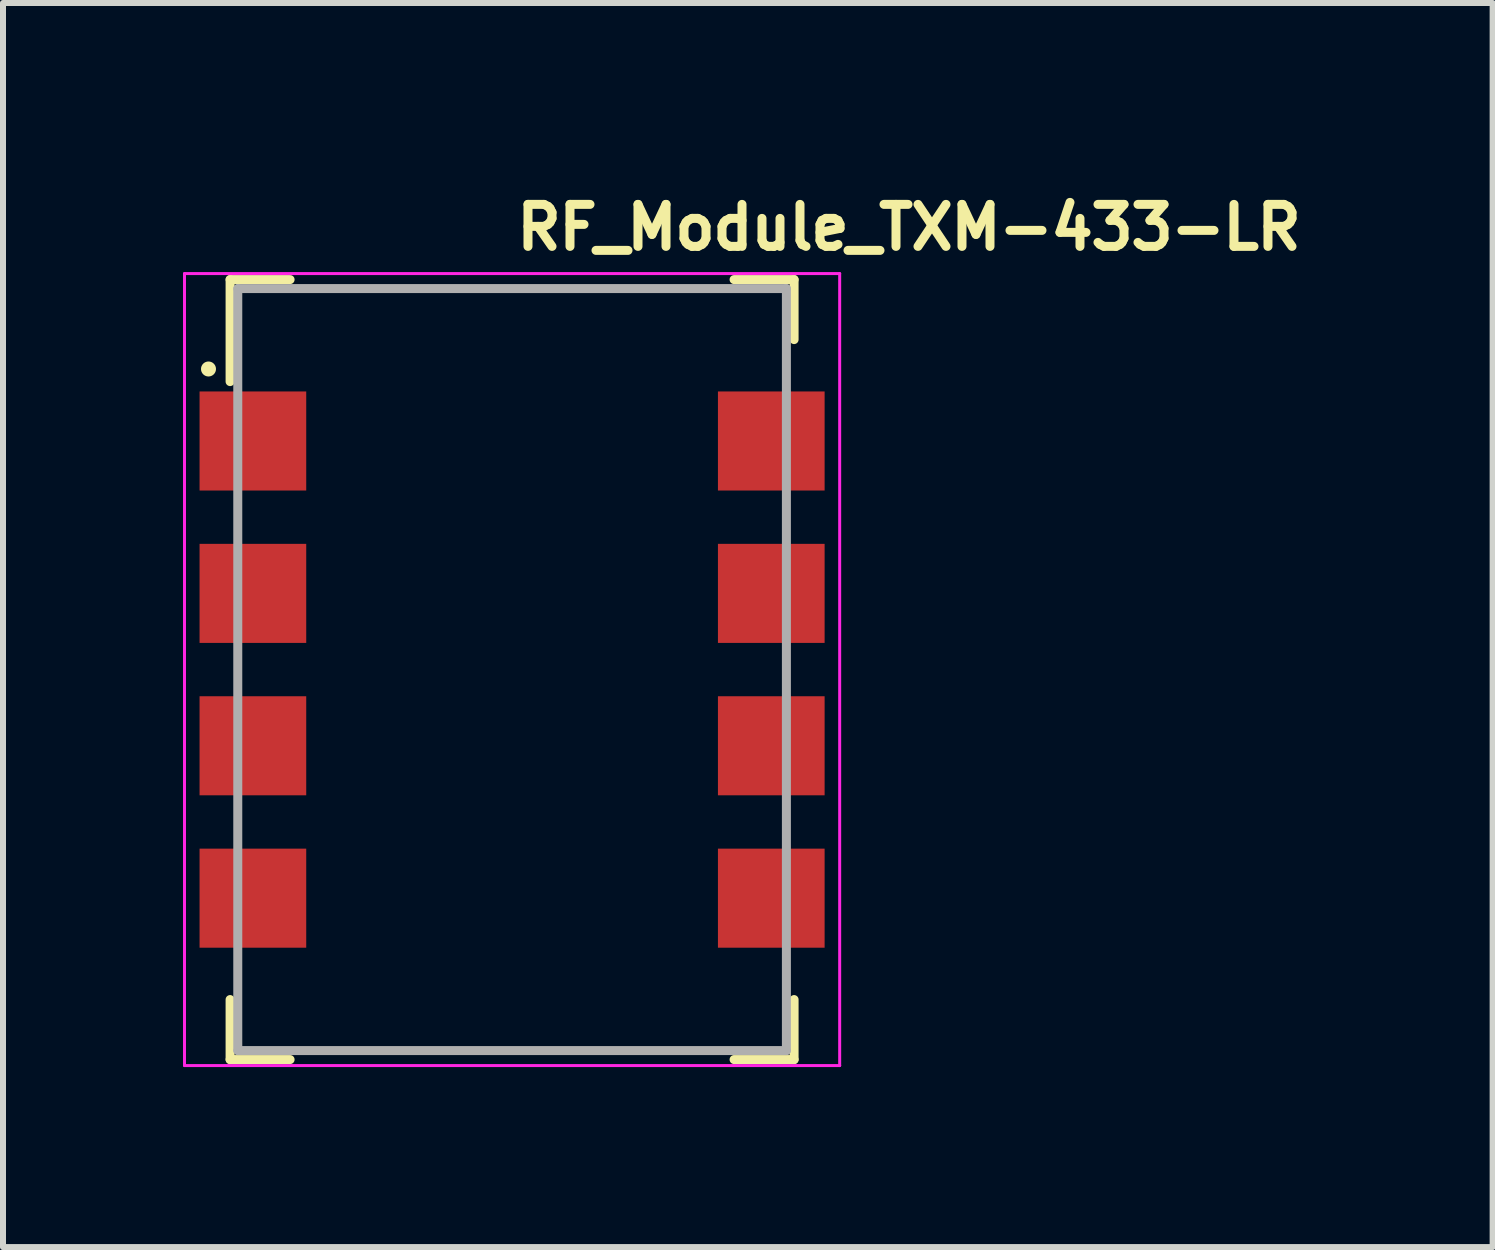
<source format=kicad_pcb>
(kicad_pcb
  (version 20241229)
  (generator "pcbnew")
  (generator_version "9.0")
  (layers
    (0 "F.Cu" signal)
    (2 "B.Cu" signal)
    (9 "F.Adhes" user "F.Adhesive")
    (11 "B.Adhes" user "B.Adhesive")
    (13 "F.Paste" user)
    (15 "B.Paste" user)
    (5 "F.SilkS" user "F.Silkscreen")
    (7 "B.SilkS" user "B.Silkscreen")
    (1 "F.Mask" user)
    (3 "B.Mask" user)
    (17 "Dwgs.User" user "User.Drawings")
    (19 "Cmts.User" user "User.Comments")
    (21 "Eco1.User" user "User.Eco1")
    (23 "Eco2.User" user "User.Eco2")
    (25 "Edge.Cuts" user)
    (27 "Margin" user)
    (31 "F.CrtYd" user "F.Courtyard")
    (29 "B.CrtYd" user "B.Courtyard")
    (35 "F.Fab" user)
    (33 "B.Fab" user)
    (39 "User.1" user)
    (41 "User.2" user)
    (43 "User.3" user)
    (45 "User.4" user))
  (footprint "RF_Module_TXM-433-LR"
    (layer "F.Cu")
    (at 5.485 8.11)
    (property "Reference" "RF_Module_TXM-433-LR" (at 0 -6.96 0) (layer "F.SilkS") (effects (font (size 0.7 0.7) (thickness 0.15)) (justify left bottom)))
    (attr smd)
    (fp_line (start -4.7 -6.5) (end -4.7 -4.8) (stroke (width 0.15) (type solid)) (layer "F.SilkS"))
    (fp_line (start -4.7 -6.5) (end -3.7 -6.5) (stroke (width 0.15) (type solid)) (layer "F.SilkS"))
    (fp_line (start -4.7 6.5) (end -4.7 5.5) (stroke (width 0.15) (type solid)) (layer "F.SilkS"))
    (fp_line (start -4.7 6.5) (end -3.7 6.5) (stroke (width 0.15) (type solid)) (layer "F.SilkS"))
    (fp_line (start 4.7 -6.5) (end 3.7 -6.5) (stroke (width 0.15) (type solid)) (layer "F.SilkS"))
    (fp_line (start 4.7 -6.5) (end 4.7 -5.5) (stroke (width 0.15) (type solid)) (layer "F.SilkS"))
    (fp_line (start 4.7 6.5) (end 3.7 6.5) (stroke (width 0.15) (type solid)) (layer "F.SilkS"))
    (fp_line (start 4.7 6.5) (end 4.7 5.5) (stroke (width 0.15) (type solid)) (layer "F.SilkS"))
    (fp_circle (center -5.06 -5.01) (end -5.01 -5.01) (stroke (width 0.15) (type solid)) (fill yes) (layer "F.SilkS"))
    (fp_line (start -5.46 -6.6) (end 5.46 -6.6) (stroke (width 0.05) (type solid)) (layer "F.CrtYd"))
    (fp_line (start -5.46 6.6) (end -5.46 -6.6) (stroke (width 0.05) (type solid)) (layer "F.CrtYd"))
    (fp_line (start -5.46 6.6) (end 5.46 6.6) (stroke (width 0.05) (type solid)) (layer "F.CrtYd"))
    (fp_line (start 5.46 6.6) (end 5.46 -6.6) (stroke (width 0.05) (type solid)) (layer "F.CrtYd"))
    (fp_line (start -4.572 -6.35) (end -4.572 6.35) (stroke (width 0.15) (type solid)) (layer "F.Fab"))
    (fp_line (start -4.57 6.35) (end 4.57 6.35) (stroke (width 0.15) (type solid)) (layer "F.Fab"))
    (fp_line (start 4.57 -6.35) (end -4.57 -6.35) (stroke (width 0.15) (type solid)) (layer "F.Fab"))
    (fp_line (start 4.572 -6.35) (end 4.572 6.35) (stroke (width 0.15) (type solid)) (layer "F.Fab"))
    (fp_line (start -4.58 -4.41) (end -4.58 -4.214) (stroke (width 0.1) (type solid)) (layer "User.9"))
    (fp_line (start -4.58 -3.406) (end -4.58 -3.21) (stroke (width 0.1) (type solid)) (layer "User.9"))
    (fp_line (start -4.58 -3.406) (end -4.525 -3.41) (stroke (width 0.1) (type solid)) (layer "User.9"))
    (fp_line (start -4.58 -3.21) (end -4 -3.21) (stroke (width 0.1) (type solid)) (layer "User.9"))
    (fp_line (start -4.58 -1.87) (end -4.58 -1.674) (stroke (width 0.1) (type solid)) (layer "User.9"))
    (fp_line (start -4.58 -0.866) (end -4.58 -0.67) (stroke (width 0.1) (type solid)) (layer "User.9"))
    (fp_line (start -4.58 -0.866) (end -4.525 -0.87) (stroke (width 0.1) (type solid)) (layer "User.9"))
    (fp_line (start -4.58 -0.67) (end -4 -0.67) (stroke (width 0.1) (type solid)) (layer "User.9"))
    (fp_line (start -4.58 0.67) (end -4.58 0.866) (stroke (width 0.1) (type solid)) (layer "User.9"))
    (fp_line (start -4.58 1.674) (end -4.58 1.87) (stroke (width 0.1) (type solid)) (layer "User.9"))
    (fp_line (start -4.58 1.674) (end -4.525 1.67) (stroke (width 0.1) (type solid)) (layer "User.9"))
    (fp_line (start -4.58 1.87) (end -4 1.87) (stroke (width 0.1) (type solid)) (layer "User.9"))
    (fp_line (start -4.58 3.21) (end -4.58 3.406) (stroke (width 0.1) (type solid)) (layer "User.9"))
    (fp_line (start -4.58 4.214) (end -4.58 4.41) (stroke (width 0.1) (type solid)) (layer "User.9"))
    (fp_line (start -4.58 4.214) (end -4.525 4.21) (stroke (width 0.1) (type solid)) (layer "User.9"))
    (fp_line (start -4.58 4.41) (end -4 4.41) (stroke (width 0.1) (type solid)) (layer "User.9"))
    (fp_line (start -4.57 -6.35) (end -4.57 -4.41) (stroke (width 0.1) (type solid)) (layer "User.9"))
    (fp_line (start -4.57 -3.21) (end -4.57 -1.87) (stroke (width 0.1) (type solid)) (layer "User.9"))
    (fp_line (start -4.57 -0.67) (end -4.57 0.67) (stroke (width 0.1) (type solid)) (layer "User.9"))
    (fp_line (start -4.57 1.87) (end -4.57 3.21) (stroke (width 0.1) (type solid)) (layer "User.9"))
    (fp_line (start -4.57 4.41) (end -4.57 6.35) (stroke (width 0.1) (type solid)) (layer "User.9"))
    (fp_line (start -4.57 6.35) (end 4.57 6.35) (stroke (width 0.1) (type solid)) (layer "User.9"))
    (fp_line (start -4.525 -4.21) (end -4.58 -4.214) (stroke (width 0.1) (type solid)) (layer "User.9"))
    (fp_line (start -4.525 -3.41) (end -4.471 -3.421) (stroke (width 0.1) (type solid)) (layer "User.9"))
    (fp_line (start -4.525 -1.67) (end -4.58 -1.674) (stroke (width 0.1) (type solid)) (layer "User.9"))
    (fp_line (start -4.525 -0.87) (end -4.471 -0.881) (stroke (width 0.1) (type solid)) (layer "User.9"))
    (fp_line (start -4.525 0.87) (end -4.58 0.866) (stroke (width 0.1) (type solid)) (layer "User.9"))
    (fp_line (start -4.525 1.67) (end -4.471 1.659) (stroke (width 0.1) (type solid)) (layer "User.9"))
    (fp_line (start -4.525 3.41) (end -4.58 3.406) (stroke (width 0.1) (type solid)) (layer "User.9"))
    (fp_line (start -4.525 4.21) (end -4.471 4.199) (stroke (width 0.1) (type solid)) (layer "User.9"))
    (fp_line (start -4.471 -4.199) (end -4.525 -4.21) (stroke (width 0.1) (type solid)) (layer "User.9"))
    (fp_line (start -4.471 -3.421) (end -4.419 -3.439) (stroke (width 0.1) (type solid)) (layer "User.9"))
    (fp_line (start -4.471 -1.659) (end -4.525 -1.67) (stroke (width 0.1) (type solid)) (layer "User.9"))
    (fp_line (start -4.471 -0.881) (end -4.419 -0.899) (stroke (width 0.1) (type solid)) (layer "User.9"))
    (fp_line (start -4.471 0.881) (end -4.525 0.87) (stroke (width 0.1) (type solid)) (layer "User.9"))
    (fp_line (start -4.471 1.659) (end -4.419 1.641) (stroke (width 0.1) (type solid)) (layer "User.9"))
    (fp_line (start -4.471 3.421) (end -4.525 3.41) (stroke (width 0.1) (type solid)) (layer "User.9"))
    (fp_line (start -4.471 4.199) (end -4.419 4.181) (stroke (width 0.1) (type solid)) (layer "User.9"))
    (fp_line (start -4.419 -4.181) (end -4.471 -4.199) (stroke (width 0.1) (type solid)) (layer "User.9"))
    (fp_line (start -4.419 -3.439) (end -4.37 -3.465) (stroke (width 0.1) (type solid)) (layer "User.9"))
    (fp_line (start -4.419 -1.641) (end -4.471 -1.659) (stroke (width 0.1) (type solid)) (layer "User.9"))
    (fp_line (start -4.419 -0.899) (end -4.37 -0.925) (stroke (width 0.1) (type solid)) (layer "User.9"))
    (fp_line (start -4.419 0.899) (end -4.471 0.881) (stroke (width 0.1) (type solid)) (layer "User.9"))
    (fp_line (start -4.419 1.641) (end -4.37 1.615) (stroke (width 0.1) (type solid)) (layer "User.9"))
    (fp_line (start -4.419 3.439) (end -4.471 3.421) (stroke (width 0.1) (type solid)) (layer "User.9"))
    (fp_line (start -4.419 4.181) (end -4.37 4.155) (stroke (width 0.1) (type solid)) (layer "User.9"))
    (fp_line (start -4.37 -4.155) (end -4.419 -4.181) (stroke (width 0.1) (type solid)) (layer "User.9"))
    (fp_line (start -4.37 -3.465) (end -4.325 -3.497) (stroke (width 0.1) (type solid)) (layer "User.9"))
    (fp_line (start -4.37 -1.615) (end -4.419 -1.641) (stroke (width 0.1) (type solid)) (layer "User.9"))
    (fp_line (start -4.37 -0.925) (end -4.325 -0.957) (stroke (width 0.1) (type solid)) (layer "User.9"))
    (fp_line (start -4.37 0.925) (end -4.419 0.899) (stroke (width 0.1) (type solid)) (layer "User.9"))
    (fp_line (start -4.37 1.615) (end -4.325 1.583) (stroke (width 0.1) (type solid)) (layer "User.9"))
    (fp_line (start -4.37 3.465) (end -4.419 3.439) (stroke (width 0.1) (type solid)) (layer "User.9"))
    (fp_line (start -4.37 4.155) (end -4.325 4.123) (stroke (width 0.1) (type solid)) (layer "User.9"))
    (fp_line (start -4.325 -4.123) (end -4.37 -4.155) (stroke (width 0.1) (type solid)) (layer "User.9"))
    (fp_line (start -4.325 -3.497) (end -4.285 -3.534) (stroke (width 0.1) (type solid)) (layer "User.9"))
    (fp_line (start -4.325 -1.583) (end -4.37 -1.615) (stroke (width 0.1) (type solid)) (layer "User.9"))
    (fp_line (start -4.325 -0.957) (end -4.285 -0.994) (stroke (width 0.1) (type solid)) (layer "User.9"))
    (fp_line (start -4.325 0.957) (end -4.37 0.925) (stroke (width 0.1) (type solid)) (layer "User.9"))
    (fp_line (start -4.325 1.583) (end -4.285 1.546) (stroke (width 0.1) (type solid)) (layer "User.9"))
    (fp_line (start -4.325 3.497) (end -4.37 3.465) (stroke (width 0.1) (type solid)) (layer "User.9"))
    (fp_line (start -4.325 4.123) (end -4.285 4.086) (stroke (width 0.1) (type solid)) (layer "User.9"))
    (fp_line (start -4.285 -4.086) (end -4.325 -4.123) (stroke (width 0.1) (type solid)) (layer "User.9"))
    (fp_line (start -4.285 -3.534) (end -4.25 -3.577) (stroke (width 0.1) (type solid)) (layer "User.9"))
    (fp_line (start -4.285 -1.546) (end -4.325 -1.583) (stroke (width 0.1) (type solid)) (layer "User.9"))
    (fp_line (start -4.285 -0.994) (end -4.25 -1.037) (stroke (width 0.1) (type solid)) (layer "User.9"))
    (fp_line (start -4.285 0.994) (end -4.325 0.957) (stroke (width 0.1) (type solid)) (layer "User.9"))
    (fp_line (start -4.285 1.546) (end -4.25 1.503) (stroke (width 0.1) (type solid)) (layer "User.9"))
    (fp_line (start -4.285 3.534) (end -4.325 3.497) (stroke (width 0.1) (type solid)) (layer "User.9"))
    (fp_line (start -4.285 4.086) (end -4.25 4.043) (stroke (width 0.1) (type solid)) (layer "User.9"))
    (fp_line (start -4.25 -4.043) (end -4.285 -4.086) (stroke (width 0.1) (type solid)) (layer "User.9"))
    (fp_line (start -4.25 -3.577) (end -4.221 -3.624) (stroke (width 0.1) (type solid)) (layer "User.9"))
    (fp_line (start -4.25 -1.503) (end -4.285 -1.546) (stroke (width 0.1) (type solid)) (layer "User.9"))
    (fp_line (start -4.25 -1.037) (end -4.221 -1.084) (stroke (width 0.1) (type solid)) (layer "User.9"))
    (fp_line (start -4.25 1.037) (end -4.285 0.994) (stroke (width 0.1) (type solid)) (layer "User.9"))
    (fp_line (start -4.25 1.503) (end -4.221 1.456) (stroke (width 0.1) (type solid)) (layer "User.9"))
    (fp_line (start -4.25 3.577) (end -4.285 3.534) (stroke (width 0.1) (type solid)) (layer "User.9"))
    (fp_line (start -4.25 4.043) (end -4.221 3.996) (stroke (width 0.1) (type solid)) (layer "User.9"))
    (fp_line (start -4.221 -3.996) (end -4.25 -4.043) (stroke (width 0.1) (type solid)) (layer "User.9"))
    (fp_line (start -4.221 -3.624) (end -4.199 -3.675) (stroke (width 0.1) (type solid)) (layer "User.9"))
    (fp_line (start -4.221 -1.456) (end -4.25 -1.503) (stroke (width 0.1) (type solid)) (layer "User.9"))
    (fp_line (start -4.221 -1.084) (end -4.199 -1.135) (stroke (width 0.1) (type solid)) (layer "User.9"))
    (fp_line (start -4.221 1.084) (end -4.25 1.037) (stroke (width 0.1) (type solid)) (layer "User.9"))
    (fp_line (start -4.221 1.456) (end -4.199 1.405) (stroke (width 0.1) (type solid)) (layer "User.9"))
    (fp_line (start -4.221 3.624) (end -4.25 3.577) (stroke (width 0.1) (type solid)) (layer "User.9"))
    (fp_line (start -4.221 3.996) (end -4.199 3.945) (stroke (width 0.1) (type solid)) (layer "User.9"))
    (fp_line (start -4.199 -3.945) (end -4.221 -3.996) (stroke (width 0.1) (type solid)) (layer "User.9"))
    (fp_line (start -4.199 -3.675) (end -4.184 -3.728) (stroke (width 0.1) (type solid)) (layer "User.9"))
    (fp_line (start -4.199 -1.405) (end -4.221 -1.456) (stroke (width 0.1) (type solid)) (layer "User.9"))
    (fp_line (start -4.199 -1.135) (end -4.184 -1.188) (stroke (width 0.1) (type solid)) (layer "User.9"))
    (fp_line (start -4.199 1.135) (end -4.221 1.084) (stroke (width 0.1) (type solid)) (layer "User.9"))
    (fp_line (start -4.199 1.405) (end -4.184 1.352) (stroke (width 0.1) (type solid)) (layer "User.9"))
    (fp_line (start -4.199 3.675) (end -4.221 3.624) (stroke (width 0.1) (type solid)) (layer "User.9"))
    (fp_line (start -4.199 3.945) (end -4.184 3.892) (stroke (width 0.1) (type solid)) (layer "User.9"))
    (fp_line (start -4.184 -3.892) (end -4.199 -3.945) (stroke (width 0.1) (type solid)) (layer "User.9"))
    (fp_line (start -4.184 -3.728) (end -4.177 -3.782) (stroke (width 0.1) (type solid)) (layer "User.9"))
    (fp_line (start -4.184 -1.352) (end -4.199 -1.405) (stroke (width 0.1) (type solid)) (layer "User.9"))
    (fp_line (start -4.184 -1.188) (end -4.177 -1.242) (stroke (width 0.1) (type solid)) (layer "User.9"))
    (fp_line (start -4.184 1.188) (end -4.199 1.135) (stroke (width 0.1) (type solid)) (layer "User.9"))
    (fp_line (start -4.184 1.352) (end -4.177 1.298) (stroke (width 0.1) (type solid)) (layer "User.9"))
    (fp_line (start -4.184 3.728) (end -4.199 3.675) (stroke (width 0.1) (type solid)) (layer "User.9"))
    (fp_line (start -4.184 3.892) (end -4.177 3.838) (stroke (width 0.1) (type solid)) (layer "User.9"))
    (fp_line (start -4.177 -3.838) (end -4.184 -3.892) (stroke (width 0.1) (type solid)) (layer "User.9"))
    (fp_line (start -4.177 -3.782) (end -4.177 -3.838) (stroke (width 0.1) (type solid)) (layer "User.9"))
    (fp_line (start -4.177 -1.298) (end -4.184 -1.352) (stroke (width 0.1) (type solid)) (layer "User.9"))
    (fp_line (start -4.177 -1.242) (end -4.177 -1.298) (stroke (width 0.1) (type solid)) (layer "User.9"))
    (fp_line (start -4.177 1.242) (end -4.184 1.188) (stroke (width 0.1) (type solid)) (layer "User.9"))
    (fp_line (start -4.177 1.298) (end -4.177 1.242) (stroke (width 0.1) (type solid)) (layer "User.9"))
    (fp_line (start -4.177 3.782) (end -4.184 3.728) (stroke (width 0.1) (type solid)) (layer "User.9"))
    (fp_line (start -4.177 3.838) (end -4.177 3.782) (stroke (width 0.1) (type solid)) (layer "User.9"))
    (fp_line (start -4 -6.15) (end 4 -6.15) (stroke (width 0.1) (type solid)) (layer "User.9"))
    (fp_line (start -4 -4.41) (end -4.58 -4.41) (stroke (width 0.1) (type solid)) (layer "User.9"))
    (fp_line (start -4 -1.87) (end -4.58 -1.87) (stroke (width 0.1) (type solid)) (layer "User.9"))
    (fp_line (start -4 0.67) (end -4.58 0.67) (stroke (width 0.1) (type solid)) (layer "User.9"))
    (fp_line (start -4 3.21) (end -4.58 3.21) (stroke (width 0.1) (type solid)) (layer "User.9"))
    (fp_line (start -4 6.15) (end -4 -6.15) (stroke (width 0.1) (type solid)) (layer "User.9"))
    (fp_line (start -4 6.15) (end 4 6.15) (stroke (width 0.1) (type solid)) (layer "User.9"))
    (fp_line (start 4 -6.15) (end 4 6.15) (stroke (width 0.1) (type solid)) (layer "User.9"))
    (fp_line (start 4 -4.41) (end 4.58 -4.41) (stroke (width 0.1) (type solid)) (layer "User.9"))
    (fp_line (start 4 -1.87) (end 4.58 -1.87) (stroke (width 0.1) (type solid)) (layer "User.9"))
    (fp_line (start 4 0.67) (end 4.58 0.67) (stroke (width 0.1) (type solid)) (layer "User.9"))
    (fp_line (start 4 3.21) (end 4.58 3.21) (stroke (width 0.1) (type solid)) (layer "User.9"))
    (fp_line (start 4 6.15) (end -4 6.15) (stroke (width 0.1) (type solid)) (layer "User.9"))
    (fp_line (start 4.176 -3.81) (end 4.179 -3.863) (stroke (width 0.1) (type solid)) (layer "User.9"))
    (fp_line (start 4.176 -1.27) (end 4.179 -1.323) (stroke (width 0.1) (type solid)) (layer "User.9"))
    (fp_line (start 4.176 1.27) (end 4.179 1.217) (stroke (width 0.1) (type solid)) (layer "User.9"))
    (fp_line (start 4.176 3.81) (end 4.179 3.757) (stroke (width 0.1) (type solid)) (layer "User.9"))
    (fp_line (start 4.179 -3.863) (end 4.19 -3.915) (stroke (width 0.1) (type solid)) (layer "User.9"))
    (fp_line (start 4.179 -3.757) (end 4.176 -3.81) (stroke (width 0.1) (type solid)) (layer "User.9"))
    (fp_line (start 4.179 -1.323) (end 4.19 -1.375) (stroke (width 0.1) (type solid)) (layer "User.9"))
    (fp_line (start 4.179 -1.217) (end 4.176 -1.27) (stroke (width 0.1) (type solid)) (layer "User.9"))
    (fp_line (start 4.179 1.217) (end 4.19 1.165) (stroke (width 0.1) (type solid)) (layer "User.9"))
    (fp_line (start 4.179 1.323) (end 4.176 1.27) (stroke (width 0.1) (type solid)) (layer "User.9"))
    (fp_line (start 4.179 3.757) (end 4.19 3.705) (stroke (width 0.1) (type solid)) (layer "User.9"))
    (fp_line (start 4.179 3.863) (end 4.176 3.81) (stroke (width 0.1) (type solid)) (layer "User.9"))
    (fp_line (start 4.19 -3.915) (end 4.207 -3.965) (stroke (width 0.1) (type solid)) (layer "User.9"))
    (fp_line (start 4.19 -3.705) (end 4.179 -3.757) (stroke (width 0.1) (type solid)) (layer "User.9"))
    (fp_line (start 4.19 -1.375) (end 4.207 -1.425) (stroke (width 0.1) (type solid)) (layer "User.9"))
    (fp_line (start 4.19 -1.165) (end 4.179 -1.217) (stroke (width 0.1) (type solid)) (layer "User.9"))
    (fp_line (start 4.19 1.165) (end 4.207 1.115) (stroke (width 0.1) (type solid)) (layer "User.9"))
    (fp_line (start 4.19 1.375) (end 4.179 1.323) (stroke (width 0.1) (type solid)) (layer "User.9"))
    (fp_line (start 4.19 3.705) (end 4.207 3.655) (stroke (width 0.1) (type solid)) (layer "User.9"))
    (fp_line (start 4.19 3.915) (end 4.179 3.863) (stroke (width 0.1) (type solid)) (layer "User.9"))
    (fp_line (start 4.207 -3.965) (end 4.23 -4.012) (stroke (width 0.1) (type solid)) (layer "User.9"))
    (fp_line (start 4.207 -3.655) (end 4.19 -3.705) (stroke (width 0.1) (type solid)) (layer "User.9"))
    (fp_line (start 4.207 -1.425) (end 4.23 -1.472) (stroke (width 0.1) (type solid)) (layer "User.9"))
    (fp_line (start 4.207 -1.115) (end 4.19 -1.165) (stroke (width 0.1) (type solid)) (layer "User.9"))
    (fp_line (start 4.207 1.115) (end 4.23 1.068) (stroke (width 0.1) (type solid)) (layer "User.9"))
    (fp_line (start 4.207 1.425) (end 4.19 1.375) (stroke (width 0.1) (type solid)) (layer "User.9"))
    (fp_line (start 4.207 3.655) (end 4.23 3.608) (stroke (width 0.1) (type solid)) (layer "User.9"))
    (fp_line (start 4.207 3.965) (end 4.19 3.915) (stroke (width 0.1) (type solid)) (layer "User.9"))
    (fp_line (start 4.23 -4.012) (end 4.259 -4.056) (stroke (width 0.1) (type solid)) (layer "User.9"))
    (fp_line (start 4.23 -3.608) (end 4.207 -3.655) (stroke (width 0.1) (type solid)) (layer "User.9"))
    (fp_line (start 4.23 -1.472) (end 4.259 -1.516) (stroke (width 0.1) (type solid)) (layer "User.9"))
    (fp_line (start 4.23 -1.068) (end 4.207 -1.115) (stroke (width 0.1) (type solid)) (layer "User.9"))
    (fp_line (start 4.23 1.068) (end 4.259 1.024) (stroke (width 0.1) (type solid)) (layer "User.9"))
    (fp_line (start 4.23 1.472) (end 4.207 1.425) (stroke (width 0.1) (type solid)) (layer "User.9"))
    (fp_line (start 4.23 3.608) (end 4.259 3.564) (stroke (width 0.1) (type solid)) (layer "User.9"))
    (fp_line (start 4.23 4.012) (end 4.207 3.965) (stroke (width 0.1) (type solid)) (layer "User.9"))
    (fp_line (start 4.259 -4.056) (end 4.294 -4.096) (stroke (width 0.1) (type solid)) (layer "User.9"))
    (fp_line (start 4.259 -3.564) (end 4.23 -3.608) (stroke (width 0.1) (type solid)) (layer "User.9"))
    (fp_line (start 4.259 -1.516) (end 4.294 -1.556) (stroke (width 0.1) (type solid)) (layer "User.9"))
    (fp_line (start 4.259 -1.024) (end 4.23 -1.068) (stroke (width 0.1) (type solid)) (layer "User.9"))
    (fp_line (start 4.259 1.024) (end 4.294 0.984) (stroke (width 0.1) (type solid)) (layer "User.9"))
    (fp_line (start 4.259 1.516) (end 4.23 1.472) (stroke (width 0.1) (type solid)) (layer "User.9"))
    (fp_line (start 4.259 3.564) (end 4.294 3.524) (stroke (width 0.1) (type solid)) (layer "User.9"))
    (fp_line (start 4.259 4.056) (end 4.23 4.012) (stroke (width 0.1) (type solid)) (layer "User.9"))
    (fp_line (start 4.294 -4.096) (end 4.334 -4.131) (stroke (width 0.1) (type solid)) (layer "User.9"))
    (fp_line (start 4.294 -3.524) (end 4.259 -3.564) (stroke (width 0.1) (type solid)) (layer "User.9"))
    (fp_line (start 4.294 -1.556) (end 4.334 -1.591) (stroke (width 0.1) (type solid)) (layer "User.9"))
    (fp_line (start 4.294 -0.984) (end 4.259 -1.024) (stroke (width 0.1) (type solid)) (layer "User.9"))
    (fp_line (start 4.294 0.984) (end 4.334 0.949) (stroke (width 0.1) (type solid)) (layer "User.9"))
    (fp_line (start 4.294 1.556) (end 4.259 1.516) (stroke (width 0.1) (type solid)) (layer "User.9"))
    (fp_line (start 4.294 3.524) (end 4.334 3.489) (stroke (width 0.1) (type solid)) (layer "User.9"))
    (fp_line (start 4.294 4.096) (end 4.259 4.056) (stroke (width 0.1) (type solid)) (layer "User.9"))
    (fp_line (start 4.334 -4.131) (end 4.378 -4.16) (stroke (width 0.1) (type solid)) (layer "User.9"))
    (fp_line (start 4.334 -3.489) (end 4.294 -3.524) (stroke (width 0.1) (type solid)) (layer "User.9"))
    (fp_line (start 4.334 -1.591) (end 4.378 -1.62) (stroke (width 0.1) (type solid)) (layer "User.9"))
    (fp_line (start 4.334 -0.949) (end 4.294 -0.984) (stroke (width 0.1) (type solid)) (layer "User.9"))
    (fp_line (start 4.334 0.949) (end 4.378 0.92) (stroke (width 0.1) (type solid)) (layer "User.9"))
    (fp_line (start 4.334 1.591) (end 4.294 1.556) (stroke (width 0.1) (type solid)) (layer "User.9"))
    (fp_line (start 4.334 3.489) (end 4.378 3.46) (stroke (width 0.1) (type solid)) (layer "User.9"))
    (fp_line (start 4.334 4.131) (end 4.294 4.096) (stroke (width 0.1) (type solid)) (layer "User.9"))
    (fp_line (start 4.378 -4.16) (end 4.425 -4.183) (stroke (width 0.1) (type solid)) (layer "User.9"))
    (fp_line (start 4.378 -3.46) (end 4.334 -3.489) (stroke (width 0.1) (type solid)) (layer "User.9"))
    (fp_line (start 4.378 -1.62) (end 4.425 -1.643) (stroke (width 0.1) (type solid)) (layer "User.9"))
    (fp_line (start 4.378 -0.92) (end 4.334 -0.949) (stroke (width 0.1) (type solid)) (layer "User.9"))
    (fp_line (start 4.378 0.92) (end 4.425 0.897) (stroke (width 0.1) (type solid)) (layer "User.9"))
    (fp_line (start 4.378 1.62) (end 4.334 1.591) (stroke (width 0.1) (type solid)) (layer "User.9"))
    (fp_line (start 4.378 3.46) (end 4.425 3.437) (stroke (width 0.1) (type solid)) (layer "User.9"))
    (fp_line (start 4.378 4.16) (end 4.334 4.131) (stroke (width 0.1) (type solid)) (layer "User.9"))
    (fp_line (start 4.425 -4.183) (end 4.475 -4.2) (stroke (width 0.1) (type solid)) (layer "User.9"))
    (fp_line (start 4.425 -3.437) (end 4.378 -3.46) (stroke (width 0.1) (type solid)) (layer "User.9"))
    (fp_line (start 4.425 -1.643) (end 4.475 -1.66) (stroke (width 0.1) (type solid)) (layer "User.9"))
    (fp_line (start 4.425 -0.897) (end 4.378 -0.92) (stroke (width 0.1) (type solid)) (layer "User.9"))
    (fp_line (start 4.425 0.897) (end 4.475 0.88) (stroke (width 0.1) (type solid)) (layer "User.9"))
    (fp_line (start 4.425 1.643) (end 4.378 1.62) (stroke (width 0.1) (type solid)) (layer "User.9"))
    (fp_line (start 4.425 3.437) (end 4.475 3.42) (stroke (width 0.1) (type solid)) (layer "User.9"))
    (fp_line (start 4.425 4.183) (end 4.378 4.16) (stroke (width 0.1) (type solid)) (layer "User.9"))
    (fp_line (start 4.475 -4.2) (end 4.527 -4.211) (stroke (width 0.1) (type solid)) (layer "User.9"))
    (fp_line (start 4.475 -3.42) (end 4.425 -3.437) (stroke (width 0.1) (type solid)) (layer "User.9"))
    (fp_line (start 4.475 -1.66) (end 4.527 -1.671) (stroke (width 0.1) (type solid)) (layer "User.9"))
    (fp_line (start 4.475 -0.88) (end 4.425 -0.897) (stroke (width 0.1) (type solid)) (layer "User.9"))
    (fp_line (start 4.475 0.88) (end 4.527 0.869) (stroke (width 0.1) (type solid)) (layer "User.9"))
    (fp_line (start 4.475 1.66) (end 4.425 1.643) (stroke (width 0.1) (type solid)) (layer "User.9"))
    (fp_line (start 4.475 3.42) (end 4.527 3.409) (stroke (width 0.1) (type solid)) (layer "User.9"))
    (fp_line (start 4.475 4.2) (end 4.425 4.183) (stroke (width 0.1) (type solid)) (layer "User.9"))
    (fp_line (start 4.527 -4.211) (end 4.58 -4.214) (stroke (width 0.1) (type solid)) (layer "User.9"))
    (fp_line (start 4.527 -3.409) (end 4.475 -3.42) (stroke (width 0.1) (type solid)) (layer "User.9"))
    (fp_line (start 4.527 -1.671) (end 4.58 -1.674) (stroke (width 0.1) (type solid)) (layer "User.9"))
    (fp_line (start 4.527 -0.869) (end 4.475 -0.88) (stroke (width 0.1) (type solid)) (layer "User.9"))
    (fp_line (start 4.527 0.869) (end 4.58 0.866) (stroke (width 0.1) (type solid)) (layer "User.9"))
    (fp_line (start 4.527 1.671) (end 4.475 1.66) (stroke (width 0.1) (type solid)) (layer "User.9"))
    (fp_line (start 4.527 3.409) (end 4.58 3.406) (stroke (width 0.1) (type solid)) (layer "User.9"))
    (fp_line (start 4.527 4.211) (end 4.475 4.2) (stroke (width 0.1) (type solid)) (layer "User.9"))
    (fp_line (start 4.57 -6.35) (end -4.57 -6.35) (stroke (width 0.1) (type solid)) (layer "User.9"))
    (fp_line (start 4.57 -4.41) (end 4.57 -6.35) (stroke (width 0.1) (type solid)) (layer "User.9"))
    (fp_line (start 4.57 -1.87) (end 4.57 -3.21) (stroke (width 0.1) (type solid)) (layer "User.9"))
    (fp_line (start 4.57 0.67) (end 4.57 -0.67) (stroke (width 0.1) (type solid)) (layer "User.9"))
    (fp_line (start 4.57 3.21) (end 4.57 1.87) (stroke (width 0.1) (type solid)) (layer "User.9"))
    (fp_line (start 4.57 6.35) (end 4.57 4.41) (stroke (width 0.1) (type solid)) (layer "User.9"))
    (fp_line (start 4.58 -4.41) (end 4.58 -4.214) (stroke (width 0.1) (type solid)) (layer "User.9"))
    (fp_line (start 4.58 -3.406) (end 4.527 -3.409) (stroke (width 0.1) (type solid)) (layer "User.9"))
    (fp_line (start 4.58 -3.406) (end 4.58 -3.21) (stroke (width 0.1) (type solid)) (layer "User.9"))
    (fp_line (start 4.58 -3.21) (end 4 -3.21) (stroke (width 0.1) (type solid)) (layer "User.9"))
    (fp_line (start 4.58 -1.87) (end 4.58 -1.674) (stroke (width 0.1) (type solid)) (layer "User.9"))
    (fp_line (start 4.58 -0.866) (end 4.527 -0.869) (stroke (width 0.1) (type solid)) (layer "User.9"))
    (fp_line (start 4.58 -0.866) (end 4.58 -0.67) (stroke (width 0.1) (type solid)) (layer "User.9"))
    (fp_line (start 4.58 -0.67) (end 4 -0.67) (stroke (width 0.1) (type solid)) (layer "User.9"))
    (fp_line (start 4.58 0.67) (end 4.58 0.866) (stroke (width 0.1) (type solid)) (layer "User.9"))
    (fp_line (start 4.58 1.674) (end 4.527 1.671) (stroke (width 0.1) (type solid)) (layer "User.9"))
    (fp_line (start 4.58 1.674) (end 4.58 1.87) (stroke (width 0.1) (type solid)) (layer "User.9"))
    (fp_line (start 4.58 1.87) (end 4 1.87) (stroke (width 0.1) (type solid)) (layer "User.9"))
    (fp_line (start 4.58 3.21) (end 4.58 3.406) (stroke (width 0.1) (type solid)) (layer "User.9"))
    (fp_line (start 4.58 4.214) (end 4.527 4.211) (stroke (width 0.1) (type solid)) (layer "User.9"))
    (fp_line (start 4.58 4.214) (end 4.58 4.41) (stroke (width 0.1) (type solid)) (layer "User.9"))
    (fp_line (start 4.58 4.41) (end 4 4.41) (stroke (width 0.1) (type solid)) (layer "User.9"))
    (pad "1" smd rect (at -4.32 -3.81 270) (size 1.651 1.778) (layers "F.Cu" "F.Mask" "F.Paste"))
    (pad "2" smd rect (at -4.32 -1.27 270) (size 1.651 1.778) (layers "F.Cu" "F.Mask" "F.Paste"))
    (pad "3" smd rect (at -4.32 1.27 270) (size 1.651 1.778) (layers "F.Cu" "F.Mask" "F.Paste"))
    (pad "4" smd rect (at -4.32 3.81 270) (size 1.651 1.778) (layers "F.Cu" "F.Mask" "F.Paste"))
    (pad "5" smd rect (at 4.32 3.81 270) (size 1.651 1.778) (layers "F.Cu" "F.Mask" "F.Paste"))
    (pad "6" smd rect (at 4.32 1.27 270) (size 1.651 1.778) (layers "F.Cu" "F.Mask" "F.Paste"))
    (pad "7" smd rect (at 4.32 -1.27 270) (size 1.651 1.778) (layers "F.Cu" "F.Mask" "F.Paste"))
    (pad "8" smd rect (at 4.32 -3.81 270) (size 1.651 1.778) (layers "F.Cu" "F.Mask" "F.Paste")))
  (gr_rect
    (start -3 -3)
    (end 21.828 17.735)
    (stroke (width 0.1) (type default))
    (fill no)
    (layer "Edge.Cuts")))
</source>
